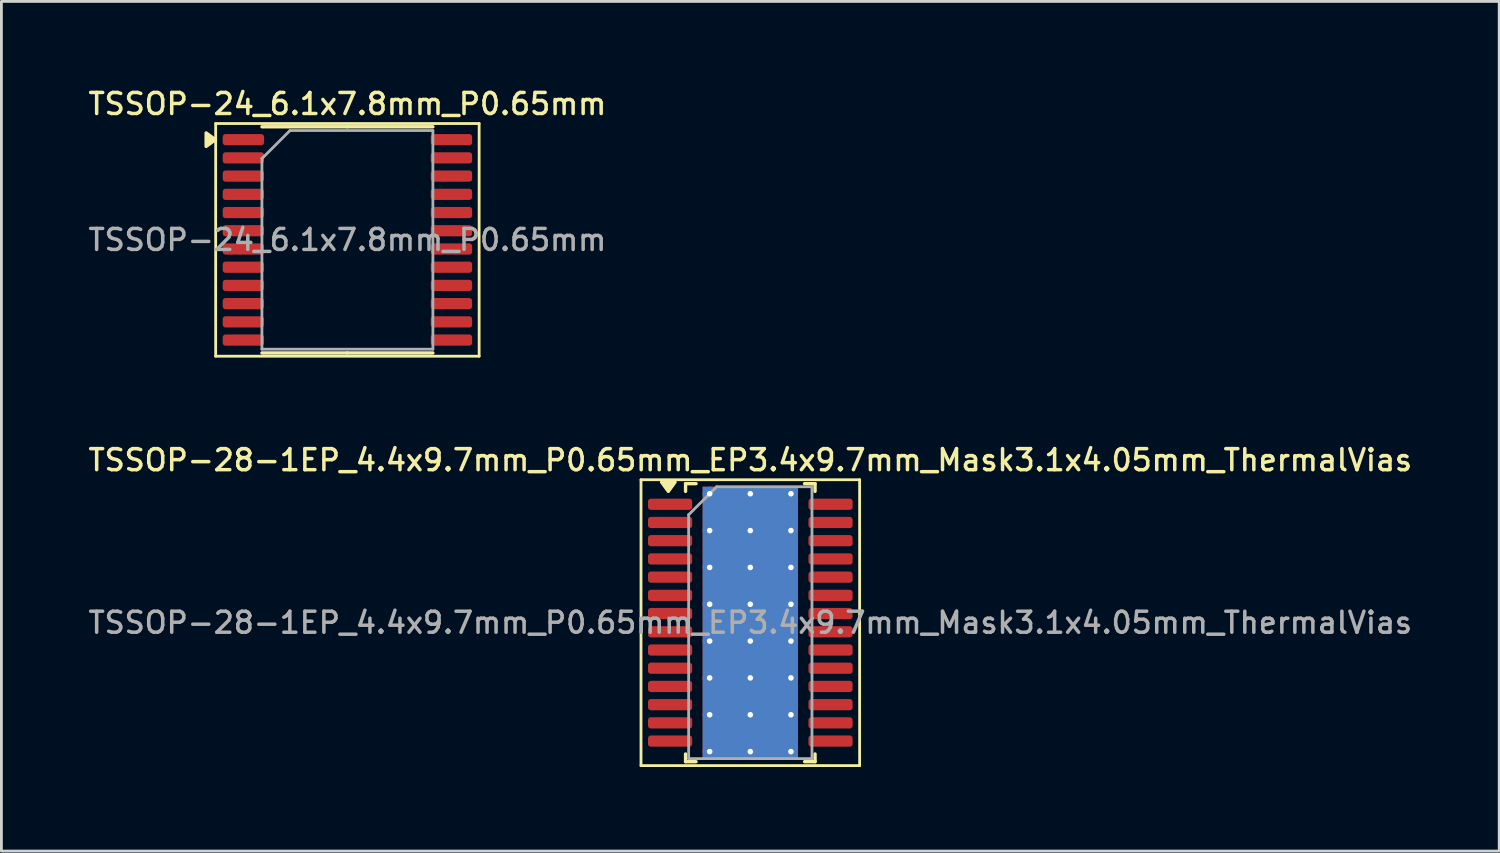
<source format=kicad_pcb>
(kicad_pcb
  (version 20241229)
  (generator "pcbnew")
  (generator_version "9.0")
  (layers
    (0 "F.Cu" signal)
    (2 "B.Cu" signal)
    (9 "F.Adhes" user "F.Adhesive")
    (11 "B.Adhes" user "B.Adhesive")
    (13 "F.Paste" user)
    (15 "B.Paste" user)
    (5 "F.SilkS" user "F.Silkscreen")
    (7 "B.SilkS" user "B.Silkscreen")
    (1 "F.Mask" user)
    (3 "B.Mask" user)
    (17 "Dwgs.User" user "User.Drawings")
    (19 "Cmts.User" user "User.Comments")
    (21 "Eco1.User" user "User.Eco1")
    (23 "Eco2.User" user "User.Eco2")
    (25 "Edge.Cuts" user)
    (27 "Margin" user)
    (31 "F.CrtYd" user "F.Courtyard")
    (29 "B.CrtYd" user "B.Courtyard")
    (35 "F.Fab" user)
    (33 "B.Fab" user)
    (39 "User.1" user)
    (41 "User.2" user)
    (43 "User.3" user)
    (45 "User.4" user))
  (footprint "TSSOP-28-1EP_4.4x9.7mm_P0.65mm_EP3.4x9.7mm_Mask3.1x4.05mm_ThermalVias"
    (layer "F.Cu")
    (at 23.72 19.166)
    (property "Reference" "TSSOP-28-1EP_4.4x9.7mm_P0.65mm_EP3.4x9.7mm_Mask3.1x4.05mm_ThermalVias" (at 0 -5.8 0) (layer "F.SilkS") (effects (font (size 0.75 0.75) (thickness 0.125))))
    (attr smd)
    (fp_line (start -3.9 -5.1) (end -3.9 5.1) (stroke (width 0.1) (type solid)) (layer "F.SilkS"))
    (fp_line (start -3.9 5.1) (end 3.9 5.1) (stroke (width 0.1) (type solid)) (layer "F.SilkS"))
    (fp_line (start -2.31 -4.96) (end -2.31 -4.685) (stroke (width 0.12) (type solid)) (layer "F.SilkS"))
    (fp_line (start -2.31 4.96) (end -2.31 4.685) (stroke (width 0.12) (type solid)) (layer "F.SilkS"))
    (fp_line (start -1.936 -4.96) (end -2.31 -4.96) (stroke (width 0.12) (type solid)) (layer "F.SilkS"))
    (fp_line (start -1.936 4.96) (end -2.31 4.96) (stroke (width 0.12) (type solid)) (layer "F.SilkS"))
    (fp_line (start 1.936 -4.96) (end 2.31 -4.96) (stroke (width 0.12) (type solid)) (layer "F.SilkS"))
    (fp_line (start 1.936 4.96) (end 2.31 4.96) (stroke (width 0.12) (type solid)) (layer "F.SilkS"))
    (fp_line (start 2.31 -4.96) (end 2.31 -4.685) (stroke (width 0.12) (type solid)) (layer "F.SilkS"))
    (fp_line (start 2.31 4.96) (end 2.31 4.685) (stroke (width 0.12) (type solid)) (layer "F.SilkS"))
    (fp_line (start 3.9 -5.1) (end -3.9 -5.1) (stroke (width 0.1) (type solid)) (layer "F.SilkS"))
    (fp_line (start 3.9 5.1) (end 3.9 -5.1) (stroke (width 0.1) (type solid)) (layer "F.SilkS"))
    (fp_poly (pts (xy -2.925 -4.685) (xy -3.165 -5.015) (xy -2.685 -5.015) (xy -2.925 -4.685)) (stroke (width 0.12) (type solid)) (fill yes) (layer "F.SilkS"))
    (fp_line (start -2.2 -3.85) (end -1.2 -4.85) (stroke (width 0.1) (type solid)) (layer "F.Fab"))
    (fp_line (start -2.2 4.85) (end -2.2 -3.85) (stroke (width 0.1) (type solid)) (layer "F.Fab"))
    (fp_line (start -1.2 -4.85) (end 2.2 -4.85) (stroke (width 0.1) (type solid)) (layer "F.Fab"))
    (fp_line (start 2.2 -4.85) (end 2.2 4.85) (stroke (width 0.1) (type solid)) (layer "F.Fab"))
    (fp_line (start 2.2 4.85) (end -2.2 4.85) (stroke (width 0.1) (type solid)) (layer "F.Fab"))
    (fp_text user "${REFERENCE}" (at 0 0 0) (layer "F.Fab") (effects (font (size 0.75 0.75) (thickness 0.125))))
    (pad "" smd roundrect (at -0.775 -1.01) (size 1.25 1.63) (layers "F.Paste") (roundrect_rratio 0.2))
    (pad "" smd roundrect (at -0.775 1.01) (size 1.25 1.63) (layers "F.Paste") (roundrect_rratio 0.2))
    (pad "" smd rect (at 0 0) (size 3.1 4.05) (layers "F.Mask"))
    (pad "" smd roundrect (at 0.775 -1.01) (size 1.25 1.63) (layers "F.Paste") (roundrect_rratio 0.2))
    (pad "" smd roundrect (at 0.775 1.01) (size 1.25 1.63) (layers "F.Paste") (roundrect_rratio 0.2))
    (pad "1" smd roundrect (at -2.862 -4.225) (size 1.575 0.4) (layers "F.Cu" "F.Mask" "F.Paste") (roundrect_rratio 0.25))
    (pad "2" smd roundrect (at -2.862 -3.575) (size 1.575 0.4) (layers "F.Cu" "F.Mask" "F.Paste") (roundrect_rratio 0.25))
    (pad "3" smd roundrect (at -2.862 -2.925) (size 1.575 0.4) (layers "F.Cu" "F.Mask" "F.Paste") (roundrect_rratio 0.25))
    (pad "4" smd roundrect (at -2.862 -2.275) (size 1.575 0.4) (layers "F.Cu" "F.Mask" "F.Paste") (roundrect_rratio 0.25))
    (pad "5" smd roundrect (at -2.862 -1.625) (size 1.575 0.4) (layers "F.Cu" "F.Mask" "F.Paste") (roundrect_rratio 0.25))
    (pad "6" smd roundrect (at -2.862 -0.975) (size 1.575 0.4) (layers "F.Cu" "F.Mask" "F.Paste") (roundrect_rratio 0.25))
    (pad "7" smd roundrect (at -2.862 -0.325) (size 1.575 0.4) (layers "F.Cu" "F.Mask" "F.Paste") (roundrect_rratio 0.25))
    (pad "8" smd roundrect (at -2.862 0.325) (size 1.575 0.4) (layers "F.Cu" "F.Mask" "F.Paste") (roundrect_rratio 0.25))
    (pad "9" smd roundrect (at -2.862 0.975) (size 1.575 0.4) (layers "F.Cu" "F.Mask" "F.Paste") (roundrect_rratio 0.25))
    (pad "10" smd roundrect (at -2.862 1.625) (size 1.575 0.4) (layers "F.Cu" "F.Mask" "F.Paste") (roundrect_rratio 0.25))
    (pad "11" smd roundrect (at -2.862 2.275) (size 1.575 0.4) (layers "F.Cu" "F.Mask" "F.Paste") (roundrect_rratio 0.25))
    (pad "12" smd roundrect (at -2.862 2.925) (size 1.575 0.4) (layers "F.Cu" "F.Mask" "F.Paste") (roundrect_rratio 0.25))
    (pad "13" smd roundrect (at -2.862 3.575) (size 1.575 0.4) (layers "F.Cu" "F.Mask" "F.Paste") (roundrect_rratio 0.25))
    (pad "14" smd roundrect (at -2.862 4.225) (size 1.575 0.4) (layers "F.Cu" "F.Mask" "F.Paste") (roundrect_rratio 0.25))
    (pad "15" smd roundrect (at 2.862 4.225) (size 1.575 0.4) (layers "F.Cu" "F.Mask" "F.Paste") (roundrect_rratio 0.25))
    (pad "16" smd roundrect (at 2.862 3.575) (size 1.575 0.4) (layers "F.Cu" "F.Mask" "F.Paste") (roundrect_rratio 0.25))
    (pad "17" smd roundrect (at 2.862 2.925) (size 1.575 0.4) (layers "F.Cu" "F.Mask" "F.Paste") (roundrect_rratio 0.25))
    (pad "18" smd roundrect (at 2.862 2.275) (size 1.575 0.4) (layers "F.Cu" "F.Mask" "F.Paste") (roundrect_rratio 0.25))
    (pad "19" smd roundrect (at 2.862 1.625) (size 1.575 0.4) (layers "F.Cu" "F.Mask" "F.Paste") (roundrect_rratio 0.25))
    (pad "20" smd roundrect (at 2.862 0.975) (size 1.575 0.4) (layers "F.Cu" "F.Mask" "F.Paste") (roundrect_rratio 0.25))
    (pad "21" smd roundrect (at 2.862 0.325) (size 1.575 0.4) (layers "F.Cu" "F.Mask" "F.Paste") (roundrect_rratio 0.25))
    (pad "22" smd roundrect (at 2.862 -0.325) (size 1.575 0.4) (layers "F.Cu" "F.Mask" "F.Paste") (roundrect_rratio 0.25))
    (pad "23" smd roundrect (at 2.862 -0.975) (size 1.575 0.4) (layers "F.Cu" "F.Mask" "F.Paste") (roundrect_rratio 0.25))
    (pad "24" smd roundrect (at 2.862 -1.625) (size 1.575 0.4) (layers "F.Cu" "F.Mask" "F.Paste") (roundrect_rratio 0.25))
    (pad "25" smd roundrect (at 2.862 -2.275) (size 1.575 0.4) (layers "F.Cu" "F.Mask" "F.Paste") (roundrect_rratio 0.25))
    (pad "26" smd roundrect (at 2.862 -2.925) (size 1.575 0.4) (layers "F.Cu" "F.Mask" "F.Paste") (roundrect_rratio 0.25))
    (pad "27" smd roundrect (at 2.862 -3.575) (size 1.575 0.4) (layers "F.Cu" "F.Mask" "F.Paste") (roundrect_rratio 0.25))
    (pad "28" smd roundrect (at 2.862 -4.225) (size 1.575 0.4) (layers "F.Cu" "F.Mask" "F.Paste") (roundrect_rratio 0.25))
    (pad "29" thru_hole circle (at -1.45 -4.6) (size 0.5 0.5) (drill 0.2) (property pad_prop_heatsink) (layers "*.Cu"))
    (pad "29" thru_hole circle (at -1.45 -3.286) (size 0.5 0.5) (drill 0.2) (property pad_prop_heatsink) (layers "*.Cu"))
    (pad "29" thru_hole circle (at -1.45 -1.971) (size 0.5 0.5) (drill 0.2) (property pad_prop_heatsink) (layers "*.Cu"))
    (pad "29" thru_hole circle (at -1.45 -0.657) (size 0.5 0.5) (drill 0.2) (property pad_prop_heatsink) (layers "*.Cu"))
    (pad "29" thru_hole circle (at -1.45 0.657) (size 0.5 0.5) (drill 0.2) (property pad_prop_heatsink) (layers "*.Cu"))
    (pad "29" thru_hole circle (at -1.45 1.971) (size 0.5 0.5) (drill 0.2) (property pad_prop_heatsink) (layers "*.Cu"))
    (pad "29" thru_hole circle (at -1.45 3.286) (size 0.5 0.5) (drill 0.2) (property pad_prop_heatsink) (layers "*.Cu"))
    (pad "29" thru_hole circle (at -1.45 4.6) (size 0.5 0.5) (drill 0.2) (property pad_prop_heatsink) (layers "*.Cu"))
    (pad "29" thru_hole circle (at 0 -4.6) (size 0.5 0.5) (drill 0.2) (property pad_prop_heatsink) (layers "*.Cu"))
    (pad "29" thru_hole circle (at 0 -3.286) (size 0.5 0.5) (drill 0.2) (property pad_prop_heatsink) (layers "*.Cu"))
    (pad "29" thru_hole circle (at 0 -1.971) (size 0.5 0.5) (drill 0.2) (property pad_prop_heatsink) (layers "*.Cu"))
    (pad "29" thru_hole circle (at 0 -0.657) (size 0.5 0.5) (drill 0.2) (property pad_prop_heatsink) (layers "*.Cu"))
    (pad "29" smd rect (at 0 0) (size 3.4 9.7) (property pad_prop_heatsink) (layers "F.Cu"))
    (pad "29" smd rect (at 0 0) (size 3.4 9.7) (property pad_prop_heatsink) (layers "B.Cu"))
    (pad "29" thru_hole circle (at 0 0.657) (size 0.5 0.5) (drill 0.2) (property pad_prop_heatsink) (layers "*.Cu"))
    (pad "29" thru_hole circle (at 0 1.971) (size 0.5 0.5) (drill 0.2) (property pad_prop_heatsink) (layers "*.Cu"))
    (pad "29" thru_hole circle (at 0 3.286) (size 0.5 0.5) (drill 0.2) (property pad_prop_heatsink) (layers "*.Cu"))
    (pad "29" thru_hole circle (at 0 4.6) (size 0.5 0.5) (drill 0.2) (property pad_prop_heatsink) (layers "*.Cu"))
    (pad "29" thru_hole circle (at 1.45 -4.6) (size 0.5 0.5) (drill 0.2) (property pad_prop_heatsink) (layers "*.Cu"))
    (pad "29" thru_hole circle (at 1.45 -3.286) (size 0.5 0.5) (drill 0.2) (property pad_prop_heatsink) (layers "*.Cu"))
    (pad "29" thru_hole circle (at 1.45 -1.971) (size 0.5 0.5) (drill 0.2) (property pad_prop_heatsink) (layers "*.Cu"))
    (pad "29" thru_hole circle (at 1.45 -0.657) (size 0.5 0.5) (drill 0.2) (property pad_prop_heatsink) (layers "*.Cu"))
    (pad "29" thru_hole circle (at 1.45 0.657) (size 0.5 0.5) (drill 0.2) (property pad_prop_heatsink) (layers "*.Cu"))
    (pad "29" thru_hole circle (at 1.45 1.971) (size 0.5 0.5) (drill 0.2) (property pad_prop_heatsink) (layers "*.Cu"))
    (pad "29" thru_hole circle (at 1.45 3.286) (size 0.5 0.5) (drill 0.2) (property pad_prop_heatsink) (layers "*.Cu"))
    (pad "29" thru_hole circle (at 1.45 4.6) (size 0.5 0.5) (drill 0.2) (property pad_prop_heatsink) (layers "*.Cu")))
  (footprint "TSSOP-24_6.1x7.8mm_P0.65mm"
    (layer "F.Cu")
    (at 9.345 5.508)
    (property "Reference" "TSSOP-24_6.1x7.8mm_P0.65mm" (at 0 -4.85 0) (layer "F.SilkS") (effects (font (size 0.75 0.75) (thickness 0.125))))
    (attr smd)
    (fp_line (start -4.7 -4.15) (end -4.7 4.15) (stroke (width 0.1) (type solid)) (layer "F.SilkS"))
    (fp_line (start -4.7 4.15) (end 4.7 4.15) (stroke (width 0.1) (type solid)) (layer "F.SilkS"))
    (fp_line (start 0 -4.035) (end -3.05 -4.035) (stroke (width 0.12) (type solid)) (layer "F.SilkS"))
    (fp_line (start 0 -4.035) (end 3.05 -4.035) (stroke (width 0.12) (type solid)) (layer "F.SilkS"))
    (fp_line (start 0 4.035) (end -3.05 4.035) (stroke (width 0.12) (type solid)) (layer "F.SilkS"))
    (fp_line (start 0 4.035) (end 3.05 4.035) (stroke (width 0.12) (type solid)) (layer "F.SilkS"))
    (fp_line (start 4.7 -4.15) (end -4.7 -4.15) (stroke (width 0.1) (type solid)) (layer "F.SilkS"))
    (fp_line (start 4.7 4.15) (end 4.7 -4.15) (stroke (width 0.1) (type solid)) (layer "F.SilkS"))
    (fp_poly (pts (xy -4.71 -3.575) (xy -5.04 -3.815) (xy -5.04 -3.335) (xy -4.71 -3.575)) (stroke (width 0.12) (type solid)) (fill yes) (layer "F.SilkS"))
    (fp_line (start -3.05 -2.9) (end -2.05 -3.9) (stroke (width 0.1) (type solid)) (layer "F.Fab"))
    (fp_line (start -3.05 3.9) (end -3.05 -2.9) (stroke (width 0.1) (type solid)) (layer "F.Fab"))
    (fp_line (start -2.05 -3.9) (end 3.05 -3.9) (stroke (width 0.1) (type solid)) (layer "F.Fab"))
    (fp_line (start 3.05 -3.9) (end 3.05 3.9) (stroke (width 0.1) (type solid)) (layer "F.Fab"))
    (fp_line (start 3.05 3.9) (end -3.05 3.9) (stroke (width 0.1) (type solid)) (layer "F.Fab"))
    (fp_text user "${REFERENCE}" (at 0 0 0) (layer "F.Fab") (effects (font (size 0.75 0.75) (thickness 0.125))))
    (pad "1" smd roundrect (at -3.712 -3.575) (size 1.475 0.4) (layers "F.Cu" "F.Mask" "F.Paste") (roundrect_rratio 0.25))
    (pad "2" smd roundrect (at -3.712 -2.925) (size 1.475 0.4) (layers "F.Cu" "F.Mask" "F.Paste") (roundrect_rratio 0.25))
    (pad "3" smd roundrect (at -3.712 -2.275) (size 1.475 0.4) (layers "F.Cu" "F.Mask" "F.Paste") (roundrect_rratio 0.25))
    (pad "4" smd roundrect (at -3.712 -1.625) (size 1.475 0.4) (layers "F.Cu" "F.Mask" "F.Paste") (roundrect_rratio 0.25))
    (pad "5" smd roundrect (at -3.712 -0.975) (size 1.475 0.4) (layers "F.Cu" "F.Mask" "F.Paste") (roundrect_rratio 0.25))
    (pad "6" smd roundrect (at -3.712 -0.325) (size 1.475 0.4) (layers "F.Cu" "F.Mask" "F.Paste") (roundrect_rratio 0.25))
    (pad "7" smd roundrect (at -3.712 0.325) (size 1.475 0.4) (layers "F.Cu" "F.Mask" "F.Paste") (roundrect_rratio 0.25))
    (pad "8" smd roundrect (at -3.712 0.975) (size 1.475 0.4) (layers "F.Cu" "F.Mask" "F.Paste") (roundrect_rratio 0.25))
    (pad "9" smd roundrect (at -3.712 1.625) (size 1.475 0.4) (layers "F.Cu" "F.Mask" "F.Paste") (roundrect_rratio 0.25))
    (pad "10" smd roundrect (at -3.712 2.275) (size 1.475 0.4) (layers "F.Cu" "F.Mask" "F.Paste") (roundrect_rratio 0.25))
    (pad "11" smd roundrect (at -3.712 2.925) (size 1.475 0.4) (layers "F.Cu" "F.Mask" "F.Paste") (roundrect_rratio 0.25))
    (pad "12" smd roundrect (at -3.712 3.575) (size 1.475 0.4) (layers "F.Cu" "F.Mask" "F.Paste") (roundrect_rratio 0.25))
    (pad "13" smd roundrect (at 3.712 3.575) (size 1.475 0.4) (layers "F.Cu" "F.Mask" "F.Paste") (roundrect_rratio 0.25))
    (pad "14" smd roundrect (at 3.712 2.925) (size 1.475 0.4) (layers "F.Cu" "F.Mask" "F.Paste") (roundrect_rratio 0.25))
    (pad "15" smd roundrect (at 3.712 2.275) (size 1.475 0.4) (layers "F.Cu" "F.Mask" "F.Paste") (roundrect_rratio 0.25))
    (pad "16" smd roundrect (at 3.712 1.625) (size 1.475 0.4) (layers "F.Cu" "F.Mask" "F.Paste") (roundrect_rratio 0.25))
    (pad "17" smd roundrect (at 3.712 0.975) (size 1.475 0.4) (layers "F.Cu" "F.Mask" "F.Paste") (roundrect_rratio 0.25))
    (pad "18" smd roundrect (at 3.712 0.325) (size 1.475 0.4) (layers "F.Cu" "F.Mask" "F.Paste") (roundrect_rratio 0.25))
    (pad "19" smd roundrect (at 3.712 -0.325) (size 1.475 0.4) (layers "F.Cu" "F.Mask" "F.Paste") (roundrect_rratio 0.25))
    (pad "20" smd roundrect (at 3.712 -0.975) (size 1.475 0.4) (layers "F.Cu" "F.Mask" "F.Paste") (roundrect_rratio 0.25))
    (pad "21" smd roundrect (at 3.712 -1.625) (size 1.475 0.4) (layers "F.Cu" "F.Mask" "F.Paste") (roundrect_rratio 0.25))
    (pad "22" smd roundrect (at 3.712 -2.275) (size 1.475 0.4) (layers "F.Cu" "F.Mask" "F.Paste") (roundrect_rratio 0.25))
    (pad "23" smd roundrect (at 3.712 -2.925) (size 1.475 0.4) (layers "F.Cu" "F.Mask" "F.Paste") (roundrect_rratio 0.25))
    (pad "24" smd roundrect (at 3.712 -3.575) (size 1.475 0.4) (layers "F.Cu" "F.Mask" "F.Paste") (roundrect_rratio 0.25)))
  (gr_rect
    (start -3 -3)
    (end 50.439 27.316)
    (stroke (width 0.1) (type default))
    (fill no)
    (layer "Edge.Cuts")))
</source>
